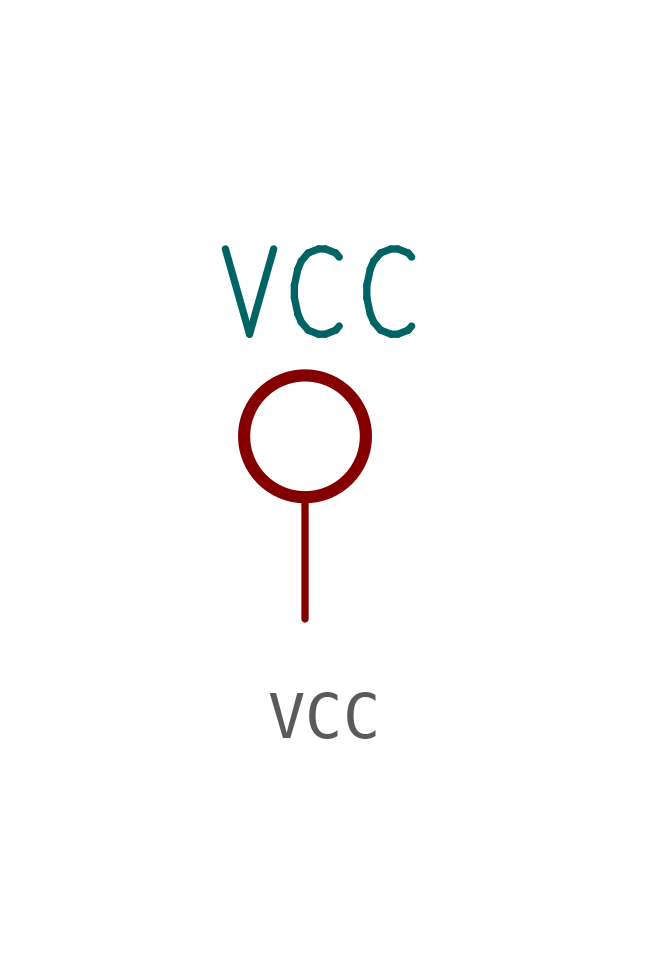
<source format=kicad_sym>
(kicad_symbol_lib
  (version 20220914)
  (generator kicad_symbol_editor)
  (symbol "VCC"
    (power)
    (property "Reference" "#SUPPLY"
      (at 0 0 0)
      (effects (font (size 1.27 1.27)) hide))
    (property "Value" "VCC"
      (at -1.905 3.175 0)
      (effects (font (size 1.778 1.511)) (justify left bottom)))
    (property "ki_locked" ""
      (at 0 0 0)
      (effects (font (size 1.27 1.27))))
    (symbol "VCC_1_0"
      (circle (center 0 1.27) (radius 1.27) (stroke (width 0.254) (type default)) (fill (type none)))
      (pin power_in line (at 0 -2.54 90) (length 2.54) (name "VCC" (effects (font (size 0 0)))) (number "1" (effects (font (size 0 0))))))))
</source>
